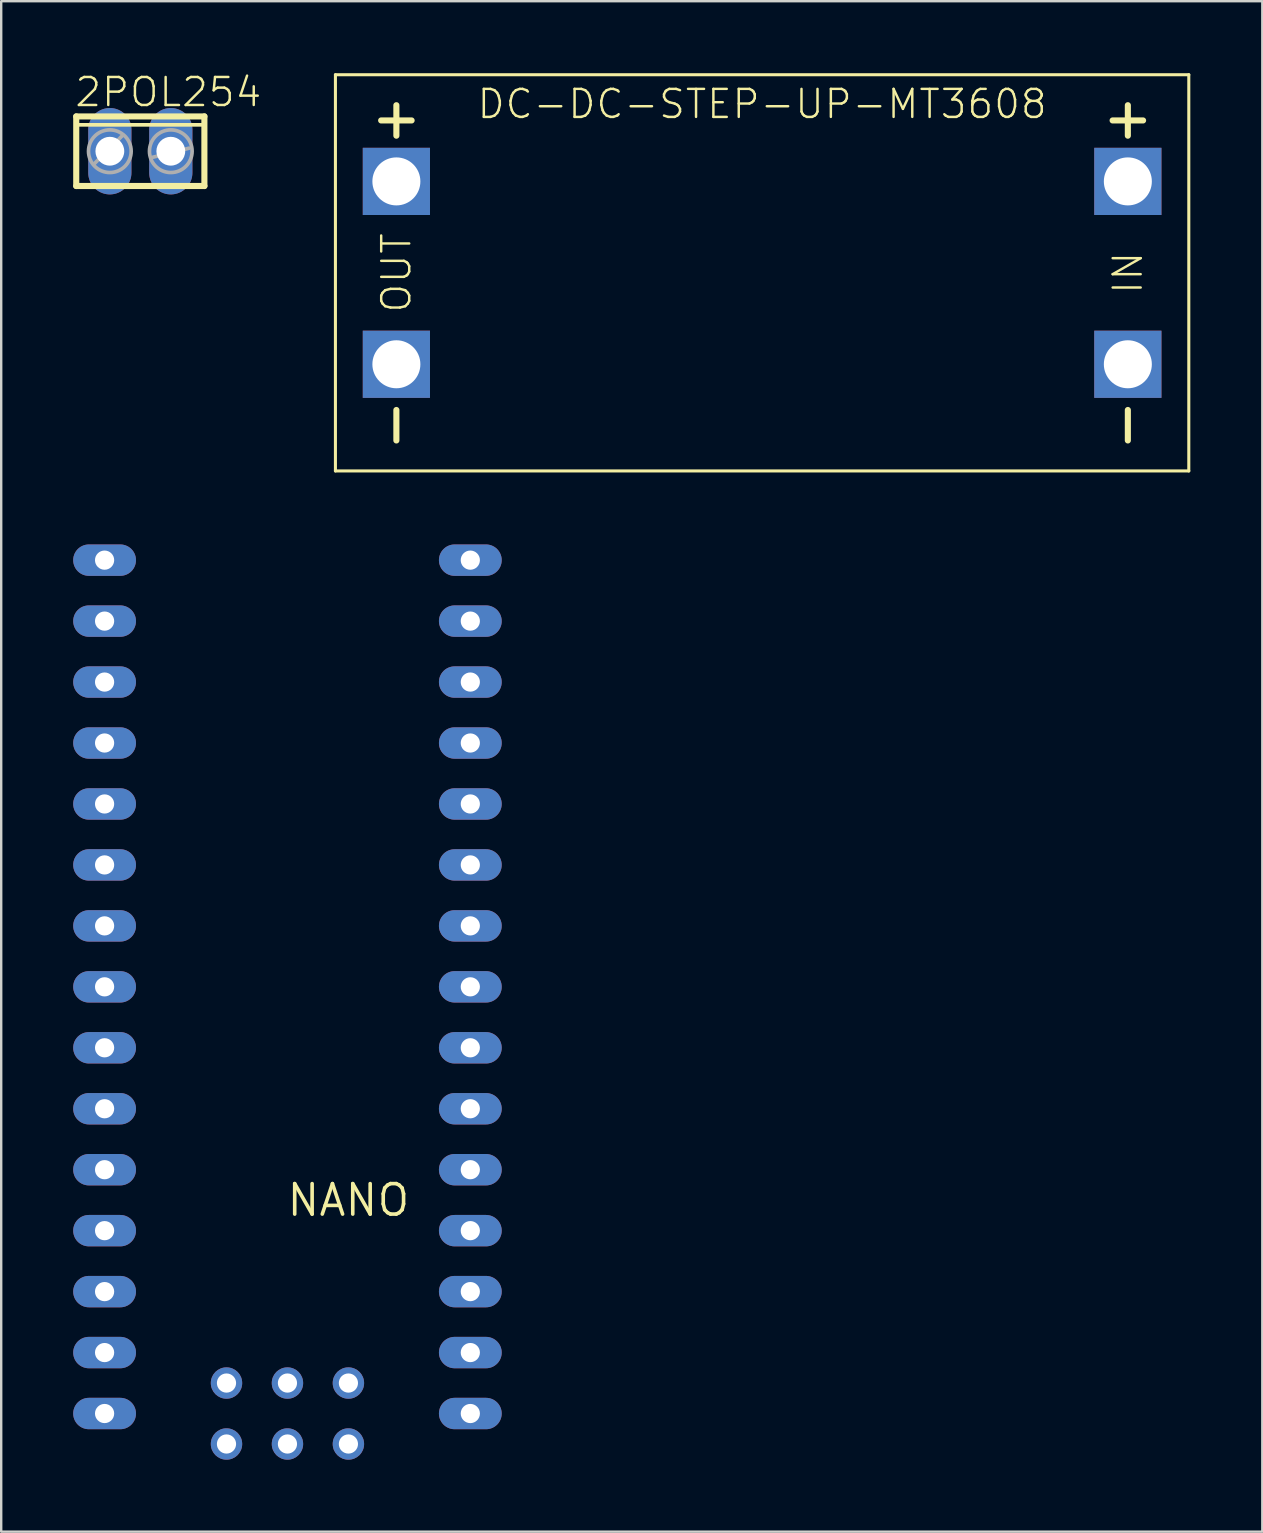
<source format=kicad_pcb>
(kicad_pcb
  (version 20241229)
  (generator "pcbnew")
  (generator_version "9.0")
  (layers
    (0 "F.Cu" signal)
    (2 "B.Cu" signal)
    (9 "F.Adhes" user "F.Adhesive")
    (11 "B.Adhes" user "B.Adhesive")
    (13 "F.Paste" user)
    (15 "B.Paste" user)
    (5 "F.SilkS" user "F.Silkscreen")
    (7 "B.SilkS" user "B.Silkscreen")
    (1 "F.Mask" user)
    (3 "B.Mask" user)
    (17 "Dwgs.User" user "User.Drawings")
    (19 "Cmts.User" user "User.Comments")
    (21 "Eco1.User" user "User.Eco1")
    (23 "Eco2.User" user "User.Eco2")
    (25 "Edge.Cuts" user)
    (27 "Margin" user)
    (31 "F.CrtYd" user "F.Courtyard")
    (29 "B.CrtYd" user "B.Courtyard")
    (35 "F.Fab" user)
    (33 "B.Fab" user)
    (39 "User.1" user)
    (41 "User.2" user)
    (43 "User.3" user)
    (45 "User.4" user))
  (footprint "2POL254"
    (layer "F.Cu")
    (at 2.797 3.251)
    (property "Reference" "2POL254" (at -2.794 -1.778 0) (layer "F.SilkS") (effects (font (size 1.168 1.168) (thickness 0.102)) (justify left bottom)))
    (fp_line (start -2.67 -1.45) (end -2.67 1.45) (stroke (width 0.254) (type solid)) (layer "F.SilkS"))
    (fp_line (start -2.67 1.45) (end 2.67 1.45) (stroke (width 0.254) (type solid)) (layer "F.SilkS"))
    (fp_line (start -2.56 -1.1) (end 2.56 -1.1) (stroke (width 0.152) (type solid)) (layer "F.SilkS"))
    (fp_line (start 2.67 -1.45) (end -2.67 -1.45) (stroke (width 0.254) (type solid)) (layer "F.SilkS"))
    (fp_line (start 2.67 1.45) (end 2.67 -1.45) (stroke (width 0.254) (type solid)) (layer "F.SilkS"))
    (fp_line (start -1.905 0.508) (end -0.762 -0.635) (stroke (width 0.152) (type solid)) (layer "F.Fab"))
    (fp_line (start 0.508 0.254) (end 2.032 -0.127) (stroke (width 0.152) (type solid)) (layer "F.Fab"))
    (fp_circle (center -1.27 0) (end -0.381 0) (stroke (width 0.152) (type solid)) (fill no) (layer "F.Fab"))
    (fp_circle (center 1.27 0) (end 2.159 0) (stroke (width 0.152) (type solid)) (fill no) (layer "F.Fab"))
    (pad "1" thru_hole oval (at -1.27 0 90) (size 3.6 1.8) (drill 1.2) (layers "*.Cu" "*.Mask"))
    (pad "2" thru_hole oval (at 1.27 0 90) (size 3.6 1.8) (drill 1.2) (layers "*.Cu" "*.Mask")))
  (footprint "NANO"
    (layer "F.Cu")
    (at 11.468 46.961)
    (property "Reference" "NANO" (at 0 0 0) (layer "F.SilkS") (effects (font (size 1.27 1.27) (thickness 0.15))))
    (pad "3.3V" thru_hole oval (at -10.16 -24.13 180) (size 2.616 1.308) (drill 0.8) (layers "*.Cu" "*.Mask"))
    (pad "5V" thru_hole oval (at -10.16 1.27) (size 2.616 1.308) (drill 0.8) (layers "*.Cu" "*.Mask"))
    (pad "A0" thru_hole oval (at -10.16 -19.05) (size 2.616 1.308) (drill 0.8) (layers "*.Cu" "*.Mask"))
    (pad "A1" thru_hole oval (at -10.16 -16.51) (size 2.616 1.308) (drill 0.8) (layers "*.Cu" "*.Mask"))
    (pad "A2" thru_hole oval (at -10.16 -13.97) (size 2.616 1.308) (drill 0.8) (layers "*.Cu" "*.Mask"))
    (pad "A3" thru_hole oval (at -10.16 -11.43) (size 2.616 1.308) (drill 0.8) (layers "*.Cu" "*.Mask"))
    (pad "A4" thru_hole oval (at -10.16 -8.89 180) (size 2.616 1.308) (drill 0.8) (layers "*.Cu" "*.Mask"))
    (pad "A5" thru_hole oval (at -10.16 -6.35 180) (size 2.616 1.308) (drill 0.8) (layers "*.Cu" "*.Mask"))
    (pad "A6" thru_hole oval (at -10.16 -3.81 180) (size 2.616 1.308) (drill 0.8) (layers "*.Cu" "*.Mask"))
    (pad "A7" thru_hole oval (at -10.16 -1.27 180) (size 2.616 1.308) (drill 0.8) (layers "*.Cu" "*.Mask"))
    (pad "AREF" thru_hole oval (at -10.16 -21.59 180) (size 2.616 1.308) (drill 0.8) (layers "*.Cu" "*.Mask"))
    (pad "D2" thru_hole oval (at 5.08 -1.27) (size 2.616 1.308) (drill 0.8) (layers "*.Cu" "*.Mask"))
    (pad "D3" thru_hole oval (at 5.08 -3.81) (size 2.616 1.308) (drill 0.8) (layers "*.Cu" "*.Mask"))
    (pad "D4" thru_hole oval (at 5.08 -6.35) (size 2.616 1.308) (drill 0.8) (layers "*.Cu" "*.Mask"))
    (pad "D5" thru_hole oval (at 5.08 -8.89) (size 2.616 1.308) (drill 0.8) (layers "*.Cu" "*.Mask"))
    (pad "D6" thru_hole oval (at 5.08 -11.43) (size 2.616 1.308) (drill 0.8) (layers "*.Cu" "*.Mask"))
    (pad "D7" thru_hole oval (at 5.08 -13.97) (size 2.616 1.308) (drill 0.8) (layers "*.Cu" "*.Mask"))
    (pad "D8" thru_hole oval (at 5.08 -16.51) (size 2.616 1.308) (drill 0.8) (layers "*.Cu" "*.Mask"))
    (pad "D9" thru_hole oval (at 5.08 -19.05) (size 2.616 1.308) (drill 0.8) (layers "*.Cu" "*.Mask"))
    (pad "D10" thru_hole oval (at 5.08 -21.59) (size 2.616 1.308) (drill 0.8) (layers "*.Cu" "*.Mask"))
    (pad "D11" thru_hole oval (at 5.08 -24.13) (size 2.616 1.308) (drill 0.8) (layers "*.Cu" "*.Mask"))
    (pad "D12" thru_hole oval (at 5.08 -26.67) (size 2.616 1.308) (drill 0.8) (layers "*.Cu" "*.Mask"))
    (pad "D13" thru_hole oval (at -10.16 -26.67) (size 2.616 1.308) (drill 0.8) (layers "*.Cu" "*.Mask"))
    (pad "GND" thru_hole oval (at -10.16 6.35) (size 2.616 1.308) (drill 0.8) (layers "*.Cu" "*.Mask"))
    (pad "GND1" thru_hole oval (at 5.08 1.27) (size 2.616 1.308) (drill 0.8) (layers "*.Cu" "*.Mask"))
    (pad "ICSP1" thru_hole circle (at -5.08 10.16 90) (size 1.308 1.308) (drill 0.8) (layers "*.Cu" "*.Mask"))
    (pad "ICSP2" thru_hole circle (at -5.08 7.62 90) (size 1.308 1.308) (drill 0.8) (layers "*.Cu" "*.Mask"))
    (pad "ICSP3" thru_hole circle (at -2.54 10.16 90) (size 1.308 1.308) (drill 0.8) (layers "*.Cu" "*.Mask"))
    (pad "ICSP4" thru_hole circle (at -2.54 7.62 90) (size 1.308 1.308) (drill 0.8) (layers "*.Cu" "*.Mask"))
    (pad "ICSP5" thru_hole circle (at 0 10.16 90) (size 1.308 1.308) (drill 0.8) (layers "*.Cu" "*.Mask"))
    (pad "ICSP6" thru_hole circle (at 0 7.62 90) (size 1.308 1.308) (drill 0.8) (layers "*.Cu" "*.Mask"))
    (pad "RAW" thru_hole oval (at -10.16 8.89) (size 2.616 1.308) (drill 0.8) (layers "*.Cu" "*.Mask"))
    (pad "RST" thru_hole oval (at -10.16 3.81) (size 2.616 1.308) (drill 0.8) (layers "*.Cu" "*.Mask"))
    (pad "RST1" thru_hole oval (at 5.08 3.81) (size 2.616 1.308) (drill 0.8) (layers "*.Cu" "*.Mask"))
    (pad "RX1" thru_hole oval (at 5.08 6.35) (size 2.616 1.308) (drill 0.8) (layers "*.Cu" "*.Mask"))
    (pad "TX0" thru_hole oval (at 5.08 8.89) (size 2.616 1.308) (drill 0.8) (layers "*.Cu" "*.Mask")))
  (footprint "DC-DC-STEP-UP-MT3608"
    (layer "F.Cu")
    (at 28.707 8.319)
    (property "Reference" "DC-DC-STEP-UP-MT3608" (at 0 -6.35 0) (layer "F.SilkS") (effects (font (size 1.168 1.168) (thickness 0.102)) (justify bottom)))
    (fp_line (start -17.78 -8.255) (end 17.78 -8.255) (stroke (width 0.127) (type solid)) (layer "F.SilkS"))
    (fp_line (start -17.78 8.255) (end -17.78 -8.255) (stroke (width 0.127) (type solid)) (layer "F.SilkS"))
    (fp_line (start -15.875 -6.35) (end -14.605 -6.35) (stroke (width 0.254) (type solid)) (layer "F.SilkS"))
    (fp_line (start -15.24 -5.715) (end -15.24 -6.985) (stroke (width 0.254) (type solid)) (layer "F.SilkS"))
    (fp_line (start -15.24 5.715) (end -15.24 6.985) (stroke (width 0.254) (type solid)) (layer "F.SilkS"))
    (fp_line (start 14.605 -6.35) (end 15.875 -6.35) (stroke (width 0.254) (type solid)) (layer "F.SilkS"))
    (fp_line (start 15.24 -5.715) (end 15.24 -6.985) (stroke (width 0.254) (type solid)) (layer "F.SilkS"))
    (fp_line (start 15.24 5.715) (end 15.24 6.985) (stroke (width 0.254) (type solid)) (layer "F.SilkS"))
    (fp_line (start 17.78 -8.255) (end 17.78 8.255) (stroke (width 0.127) (type solid)) (layer "F.SilkS"))
    (fp_line (start 17.78 8.255) (end -17.78 8.255) (stroke (width 0.127) (type solid)) (layer "F.SilkS"))
    (fp_text user "IN" (at 15.24 0 90) (layer "F.SilkS") (effects (font (size 1.168 1.168) (thickness 0.102))))
    (fp_text user "OUT" (at -15.24 0 90) (layer "F.SilkS") (effects (font (size 1.168 1.168) (thickness 0.102))))
    (pad "IN+" thru_hole rect (at 15.24 -3.81) (size 2.8 2.8) (drill 2) (layers "*.Cu" "*.Mask"))
    (pad "IN-" thru_hole rect (at 15.24 3.81) (size 2.8 2.8) (drill 2) (layers "*.Cu" "*.Mask"))
    (pad "OUT+" thru_hole rect (at -15.24 -3.81) (size 2.8 2.8) (drill 2) (layers "*.Cu" "*.Mask"))
    (pad "OUT-" thru_hole rect (at -15.24 3.81) (size 2.8 2.8) (drill 2) (layers "*.Cu" "*.Mask")))
  (gr_rect
    (start -3 -3)
    (end 49.55 60.775)
    (stroke (width 0.1) (type default))
    (fill no)
    (layer "Edge.Cuts")))
</source>
